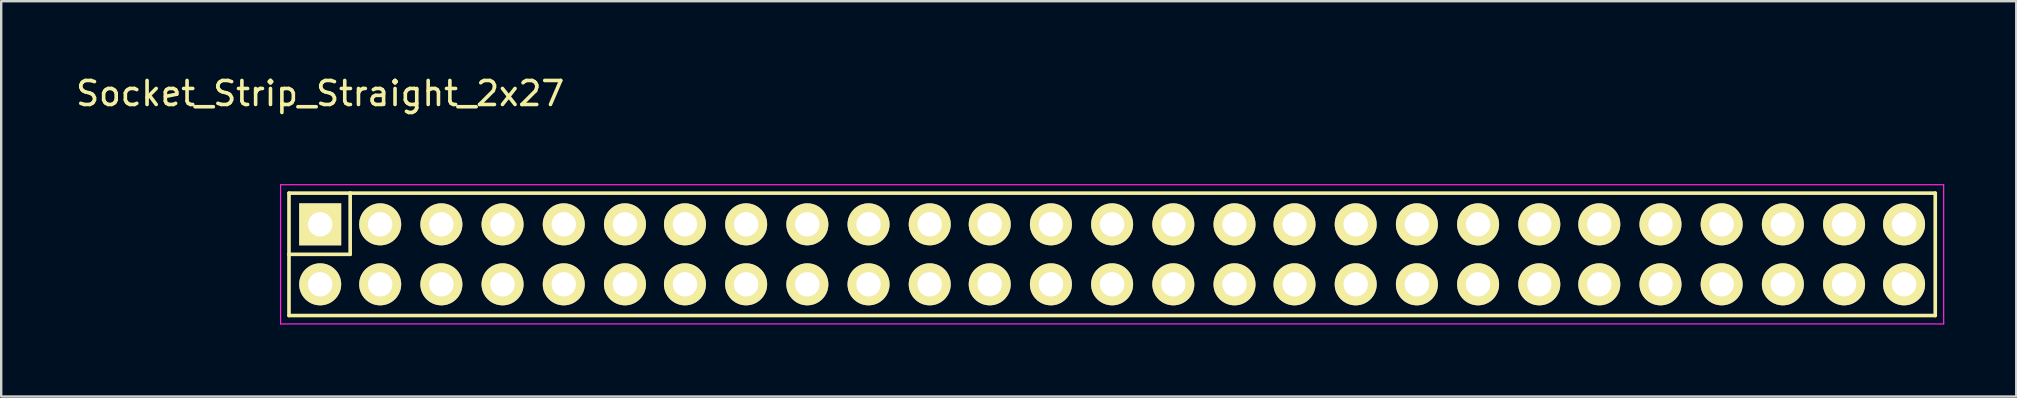
<source format=kicad_pcb>
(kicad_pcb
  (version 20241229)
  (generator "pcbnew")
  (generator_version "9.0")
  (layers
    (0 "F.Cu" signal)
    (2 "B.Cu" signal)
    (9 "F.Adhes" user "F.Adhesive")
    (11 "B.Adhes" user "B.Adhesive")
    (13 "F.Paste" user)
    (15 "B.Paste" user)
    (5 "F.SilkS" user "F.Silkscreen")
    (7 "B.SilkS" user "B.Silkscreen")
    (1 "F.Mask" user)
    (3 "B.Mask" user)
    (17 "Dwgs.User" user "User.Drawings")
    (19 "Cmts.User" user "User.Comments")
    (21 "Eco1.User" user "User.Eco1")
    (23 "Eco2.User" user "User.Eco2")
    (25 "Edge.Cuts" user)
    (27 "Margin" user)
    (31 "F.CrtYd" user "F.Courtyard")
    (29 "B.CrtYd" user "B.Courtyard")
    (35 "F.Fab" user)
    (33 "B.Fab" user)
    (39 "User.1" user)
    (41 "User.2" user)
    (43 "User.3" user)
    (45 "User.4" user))
  (footprint "Socket_Strip_Straight_2x27"
    (layer "F.Cu")
    (at 10.292 6.298)
    (property "Reference" "Socket_Strip_Straight_2x27" (at 0 -5.45 0) (layer "F.SilkS") (effects (font (size 1 1) (thickness 0.15))))
    (attr through_hole)
    (fp_line (start -1.3 -1.3) (end -1.3 1.25) (stroke (width 0.15) (type solid)) (layer "F.SilkS"))
    (fp_line (start -1.3 -1.3) (end 1.25 -1.3) (stroke (width 0.15) (type solid)) (layer "F.SilkS"))
    (fp_line (start -1.3 1.25) (end 1.25 1.25) (stroke (width 0.15) (type solid)) (layer "F.SilkS"))
    (fp_line (start -1.3 3.8) (end -1.3 1.25) (stroke (width 0.15) (type solid)) (layer "F.SilkS"))
    (fp_line (start 1.25 -1.3) (end 67.3 -1.3) (stroke (width 0.15) (type solid)) (layer "F.SilkS"))
    (fp_line (start 1.25 1.25) (end 1.25 -1.3) (stroke (width 0.15) (type solid)) (layer "F.SilkS"))
    (fp_line (start 67.3 3.8) (end -1.3 3.8) (stroke (width 0.15) (type solid)) (layer "F.SilkS"))
    (fp_line (start 67.3 3.8) (end 67.3 -1.3) (stroke (width 0.15) (type solid)) (layer "F.SilkS"))
    (fp_line (start -1.65 -1.65) (end -1.65 4.15) (stroke (width 0.05) (type solid)) (layer "F.CrtYd"))
    (fp_line (start -1.65 -1.65) (end 67.65 -1.65) (stroke (width 0.05) (type solid)) (layer "F.CrtYd"))
    (fp_line (start -1.65 4.15) (end 67.65 4.15) (stroke (width 0.05) (type solid)) (layer "F.CrtYd"))
    (fp_line (start 67.65 -1.65) (end 67.65 4.15) (stroke (width 0.05) (type solid)) (layer "F.CrtYd"))
    (pad "1" thru_hole rect (at 0 0) (size 1.75 1.75) (drill 1.016) (layers "*.Cu" "*.Mask" "F.SilkS"))
    (pad "2" thru_hole oval (at 0 2.5) (size 1.75 1.75) (drill 1.016) (layers "*.Cu" "*.Mask" "F.SilkS"))
    (pad "3" thru_hole oval (at 2.5 0) (size 1.75 1.75) (drill 1.016) (layers "*.Cu" "*.Mask" "F.SilkS"))
    (pad "4" thru_hole oval (at 2.5 2.5) (size 1.75 1.75) (drill 1.016) (layers "*.Cu" "*.Mask" "F.SilkS"))
    (pad "5" thru_hole oval (at 5.05 0) (size 1.75 1.75) (drill 1.016) (layers "*.Cu" "*.Mask" "F.SilkS"))
    (pad "6" thru_hole oval (at 5.05 2.5) (size 1.75 1.75) (drill 1.016) (layers "*.Cu" "*.Mask" "F.SilkS"))
    (pad "7" thru_hole oval (at 7.6 0) (size 1.75 1.75) (drill 1.016) (layers "*.Cu" "*.Mask" "F.SilkS"))
    (pad "8" thru_hole oval (at 7.6 2.5) (size 1.75 1.75) (drill 1.016) (layers "*.Cu" "*.Mask" "F.SilkS"))
    (pad "9" thru_hole oval (at 10.15 0) (size 1.75 1.75) (drill 1.016) (layers "*.Cu" "*.Mask" "F.SilkS"))
    (pad "10" thru_hole oval (at 10.15 2.5) (size 1.75 1.75) (drill 1.016) (layers "*.Cu" "*.Mask" "F.SilkS"))
    (pad "11" thru_hole oval (at 12.7 0) (size 1.75 1.75) (drill 1.016) (layers "*.Cu" "*.Mask" "F.SilkS"))
    (pad "12" thru_hole oval (at 12.7 2.5) (size 1.75 1.75) (drill 1.016) (layers "*.Cu" "*.Mask" "F.SilkS"))
    (pad "13" thru_hole oval (at 15.2 0) (size 1.75 1.75) (drill 1.016) (layers "*.Cu" "*.Mask" "F.SilkS"))
    (pad "14" thru_hole oval (at 15.2 2.5) (size 1.75 1.75) (drill 1.016) (layers "*.Cu" "*.Mask" "F.SilkS"))
    (pad "15" thru_hole oval (at 17.75 0) (size 1.75 1.75) (drill 1.016) (layers "*.Cu" "*.Mask" "F.SilkS"))
    (pad "16" thru_hole oval (at 17.75 2.5) (size 1.75 1.75) (drill 1.016) (layers "*.Cu" "*.Mask" "F.SilkS"))
    (pad "17" thru_hole oval (at 20.3 0) (size 1.75 1.75) (drill 1.016) (layers "*.Cu" "*.Mask" "F.SilkS"))
    (pad "18" thru_hole oval (at 20.3 2.5) (size 1.75 1.75) (drill 1.016) (layers "*.Cu" "*.Mask" "F.SilkS"))
    (pad "19" thru_hole oval (at 22.85 0) (size 1.75 1.75) (drill 1.016) (layers "*.Cu" "*.Mask" "F.SilkS"))
    (pad "20" thru_hole oval (at 22.85 2.5) (size 1.75 1.75) (drill 1.016) (layers "*.Cu" "*.Mask" "F.SilkS"))
    (pad "21" thru_hole oval (at 25.4 0) (size 1.75 1.75) (drill 1.016) (layers "*.Cu" "*.Mask" "F.SilkS"))
    (pad "22" thru_hole oval (at 25.4 2.5) (size 1.75 1.75) (drill 1.016) (layers "*.Cu" "*.Mask" "F.SilkS"))
    (pad "23" thru_hole oval (at 27.9 0) (size 1.75 1.75) (drill 1.016) (layers "*.Cu" "*.Mask" "F.SilkS"))
    (pad "24" thru_hole oval (at 27.9 2.5) (size 1.75 1.75) (drill 1.016) (layers "*.Cu" "*.Mask" "F.SilkS"))
    (pad "25" thru_hole oval (at 30.45 0) (size 1.75 1.75) (drill 1.016) (layers "*.Cu" "*.Mask" "F.SilkS"))
    (pad "26" thru_hole oval (at 30.45 2.5) (size 1.75 1.75) (drill 1.016) (layers "*.Cu" "*.Mask" "F.SilkS"))
    (pad "27" thru_hole oval (at 33 0) (size 1.75 1.75) (drill 1.016) (layers "*.Cu" "*.Mask" "F.SilkS"))
    (pad "28" thru_hole oval (at 33 2.5) (size 1.75 1.75) (drill 1.016) (layers "*.Cu" "*.Mask" "F.SilkS"))
    (pad "29" thru_hole oval (at 35.55 0) (size 1.75 1.75) (drill 1.016) (layers "*.Cu" "*.Mask" "F.SilkS"))
    (pad "30" thru_hole oval (at 35.55 2.5) (size 1.75 1.75) (drill 1.016) (layers "*.Cu" "*.Mask" "F.SilkS"))
    (pad "31" thru_hole oval (at 38.1 0) (size 1.75 1.75) (drill 1.016) (layers "*.Cu" "*.Mask" "F.SilkS"))
    (pad "32" thru_hole oval (at 38.1 2.5) (size 1.75 1.75) (drill 1.016) (layers "*.Cu" "*.Mask" "F.SilkS"))
    (pad "33" thru_hole oval (at 40.6 0) (size 1.75 1.75) (drill 1.016) (layers "*.Cu" "*.Mask" "F.SilkS"))
    (pad "34" thru_hole oval (at 40.6 2.5) (size 1.75 1.75) (drill 1.016) (layers "*.Cu" "*.Mask" "F.SilkS"))
    (pad "35" thru_hole oval (at 43.15 0) (size 1.75 1.75) (drill 1.016) (layers "*.Cu" "*.Mask" "F.SilkS"))
    (pad "36" thru_hole oval (at 43.15 2.5) (size 1.75 1.75) (drill 1.016) (layers "*.Cu" "*.Mask" "F.SilkS"))
    (pad "37" thru_hole oval (at 45.7 0) (size 1.75 1.75) (drill 1.016) (layers "*.Cu" "*.Mask" "F.SilkS"))
    (pad "38" thru_hole oval (at 45.7 2.5) (size 1.75 1.75) (drill 1.016) (layers "*.Cu" "*.Mask" "F.SilkS"))
    (pad "39" thru_hole oval (at 48.25 0) (size 1.75 1.75) (drill 1.016) (layers "*.Cu" "*.Mask" "F.SilkS"))
    (pad "40" thru_hole oval (at 48.25 2.5) (size 1.75 1.75) (drill 1.016) (layers "*.Cu" "*.Mask" "F.SilkS"))
    (pad "41" thru_hole oval (at 50.8 0) (size 1.75 1.75) (drill 1.016) (layers "*.Cu" "*.Mask" "F.SilkS"))
    (pad "42" thru_hole oval (at 50.8 2.5) (size 1.75 1.75) (drill 1.016) (layers "*.Cu" "*.Mask" "F.SilkS"))
    (pad "43" thru_hole oval (at 53.3 0) (size 1.75 1.75) (drill 1.016) (layers "*.Cu" "*.Mask" "F.SilkS"))
    (pad "44" thru_hole oval (at 53.3 2.5) (size 1.75 1.75) (drill 1.016) (layers "*.Cu" "*.Mask" "F.SilkS"))
    (pad "45" thru_hole oval (at 55.85 0) (size 1.75 1.75) (drill 1.016) (layers "*.Cu" "*.Mask" "F.SilkS"))
    (pad "46" thru_hole oval (at 55.85 2.5) (size 1.75 1.75) (drill 1.016) (layers "*.Cu" "*.Mask" "F.SilkS"))
    (pad "47" thru_hole oval (at 58.4 0) (size 1.75 1.75) (drill 1.016) (layers "*.Cu" "*.Mask" "F.SilkS"))
    (pad "48" thru_hole oval (at 58.4 2.5) (size 1.75 1.75) (drill 1.016) (layers "*.Cu" "*.Mask" "F.SilkS"))
    (pad "49" thru_hole oval (at 60.95 0) (size 1.75 1.75) (drill 1.016) (layers "*.Cu" "*.Mask" "F.SilkS"))
    (pad "50" thru_hole oval (at 60.95 2.5) (size 1.75 1.75) (drill 1.016) (layers "*.Cu" "*.Mask" "F.SilkS"))
    (pad "51" thru_hole oval (at 63.5 0) (size 1.75 1.75) (drill 1.016) (layers "*.Cu" "*.Mask" "F.SilkS"))
    (pad "52" thru_hole oval (at 63.5 2.5) (size 1.75 1.75) (drill 1.016) (layers "*.Cu" "*.Mask" "F.SilkS"))
    (pad "53" thru_hole oval (at 66 0) (size 1.75 1.75) (drill 1.016) (layers "*.Cu" "*.Mask" "F.SilkS"))
    (pad "54" thru_hole oval (at 66 2.5) (size 1.75 1.75) (drill 1.016) (layers "*.Cu" "*.Mask" "F.SilkS")))
  (gr_rect
    (start -3 -3)
    (end 80.967 13.473)
    (stroke (width 0.1) (type default))
    (fill no)
    (layer "Edge.Cuts")))
</source>
